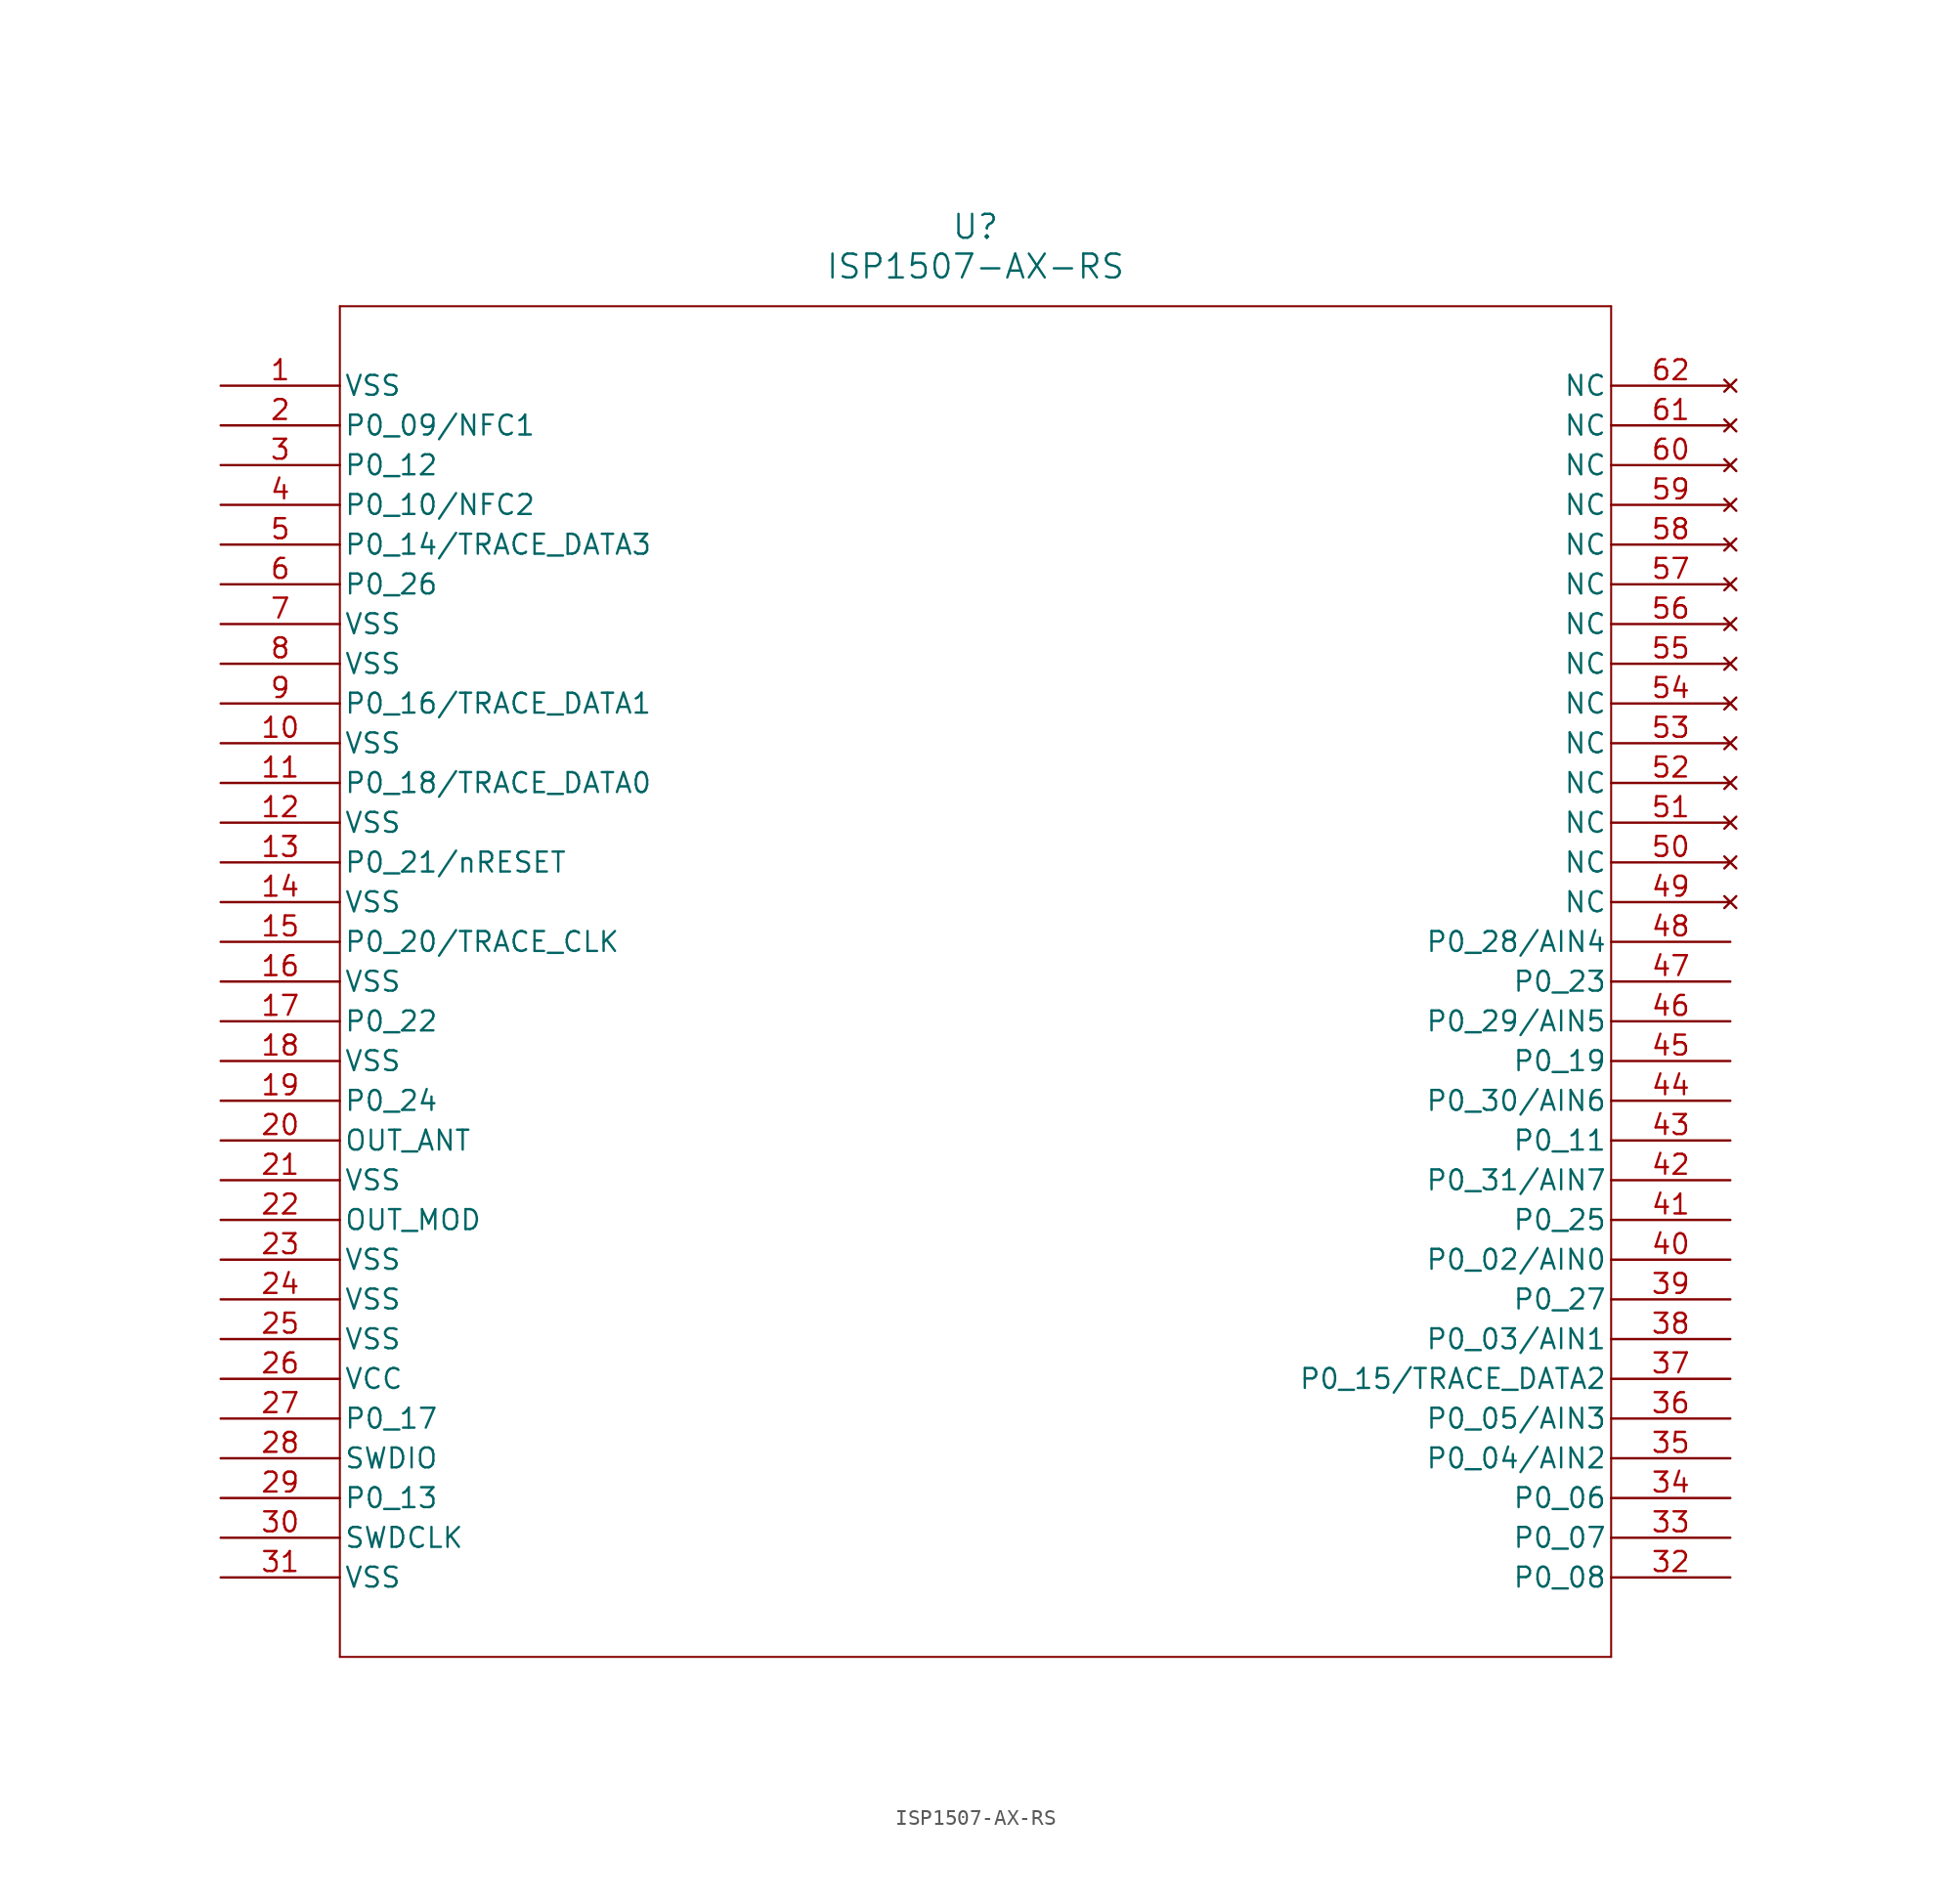
<source format=kicad_sym>
(kicad_symbol_lib
  (version 20211014)
  (generator kicad_symbol_editor)
  (symbol "ISP1507-AX-RS"
    (pin_names
      (offset 0.254))
    (property "Reference" "U"
      (at 48.26 10.16 0)
      (effects (font (size 1.524 1.524))))
    (property "Value" "ISP1507-AX-RS"
      (at 48.26 7.62 0)
      (effects (font (size 1.524 1.524))))
    (symbol "ISP1507-AX-RS_0_1"
      (polyline (pts (xy 7.62 5.08) (xy 7.62 -81.28)) (stroke (width 0.127) (type default) (color 0 0 0 0)) (fill (type none)))
      (polyline (pts (xy 7.62 -81.28) (xy 88.9 -81.28)) (stroke (width 0.127) (type default) (color 0 0 0 0)) (fill (type none)))
      (polyline (pts (xy 88.9 -81.28) (xy 88.9 5.08)) (stroke (width 0.127) (type default) (color 0 0 0 0)) (fill (type none)))
      (polyline (pts (xy 88.9 5.08) (xy 7.62 5.08)) (stroke (width 0.127) (type default) (color 0 0 0 0)) (fill (type none)))
      (pin power_out line (at 0 0 0) (length 7.62) (name "VSS" (effects (font (size 1.27 1.27)))) (number "1" (effects (font (size 1.27 1.27)))))
      (pin bidirectional line (at 0 -2.54 0) (length 7.62) (name "P0_09/NFC1" (effects (font (size 1.27 1.27)))) (number "2" (effects (font (size 1.27 1.27)))))
      (pin bidirectional line (at 0 -5.08 0) (length 7.62) (name "P0_12" (effects (font (size 1.27 1.27)))) (number "3" (effects (font (size 1.27 1.27)))))
      (pin bidirectional line (at 0 -7.62 0) (length 7.62) (name "P0_10/NFC2" (effects (font (size 1.27 1.27)))) (number "4" (effects (font (size 1.27 1.27)))))
      (pin bidirectional line (at 0 -10.16 0) (length 7.62) (name "P0_14/TRACE_DATA3" (effects (font (size 1.27 1.27)))) (number "5" (effects (font (size 1.27 1.27)))))
      (pin bidirectional line (at 0 -12.7 0) (length 7.62) (name "P0_26" (effects (font (size 1.27 1.27)))) (number "6" (effects (font (size 1.27 1.27)))))
      (pin power_out line (at 0 -15.24 0) (length 7.62) (name "VSS" (effects (font (size 1.27 1.27)))) (number "7" (effects (font (size 1.27 1.27)))))
      (pin power_out line (at 0 -17.78 0) (length 7.62) (name "VSS" (effects (font (size 1.27 1.27)))) (number "8" (effects (font (size 1.27 1.27)))))
      (pin bidirectional line (at 0 -20.32 0) (length 7.62) (name "P0_16/TRACE_DATA1" (effects (font (size 1.27 1.27)))) (number "9" (effects (font (size 1.27 1.27)))))
      (pin power_out line (at 0 -22.86 0) (length 7.62) (name "VSS" (effects (font (size 1.27 1.27)))) (number "10" (effects (font (size 1.27 1.27)))))
      (pin bidirectional line (at 0 -25.4 0) (length 7.62) (name "P0_18/TRACE_DATA0" (effects (font (size 1.27 1.27)))) (number "11" (effects (font (size 1.27 1.27)))))
      (pin power_out line (at 0 -27.94 0) (length 7.62) (name "VSS" (effects (font (size 1.27 1.27)))) (number "12" (effects (font (size 1.27 1.27)))))
      (pin bidirectional line (at 0 -30.48 0) (length 7.62) (name "P0_21/nRESET" (effects (font (size 1.27 1.27)))) (number "13" (effects (font (size 1.27 1.27)))))
      (pin power_out line (at 0 -33.02 0) (length 7.62) (name "VSS" (effects (font (size 1.27 1.27)))) (number "14" (effects (font (size 1.27 1.27)))))
      (pin bidirectional line (at 0 -35.56 0) (length 7.62) (name "P0_20/TRACE_CLK" (effects (font (size 1.27 1.27)))) (number "15" (effects (font (size 1.27 1.27)))))
      (pin power_out line (at 0 -38.1 0) (length 7.62) (name "VSS" (effects (font (size 1.27 1.27)))) (number "16" (effects (font (size 1.27 1.27)))))
      (pin bidirectional line (at 0 -40.64 0) (length 7.62) (name "P0_22" (effects (font (size 1.27 1.27)))) (number "17" (effects (font (size 1.27 1.27)))))
      (pin power_out line (at 0 -43.18 0) (length 7.62) (name "VSS" (effects (font (size 1.27 1.27)))) (number "18" (effects (font (size 1.27 1.27)))))
      (pin bidirectional line (at 0 -45.72 0) (length 7.62) (name "P0_24" (effects (font (size 1.27 1.27)))) (number "19" (effects (font (size 1.27 1.27)))))
      (pin output line (at 0 -48.26 0) (length 7.62) (name "OUT_ANT" (effects (font (size 1.27 1.27)))) (number "20" (effects (font (size 1.27 1.27)))))
      (pin power_out line (at 0 -50.8 0) (length 7.62) (name "VSS" (effects (font (size 1.27 1.27)))) (number "21" (effects (font (size 1.27 1.27)))))
      (pin output line (at 0 -53.34 0) (length 7.62) (name "OUT_MOD" (effects (font (size 1.27 1.27)))) (number "22" (effects (font (size 1.27 1.27)))))
      (pin power_out line (at 0 -55.88 0) (length 7.62) (name "VSS" (effects (font (size 1.27 1.27)))) (number "23" (effects (font (size 1.27 1.27)))))
      (pin power_out line (at 0 -58.42 0) (length 7.62) (name "VSS" (effects (font (size 1.27 1.27)))) (number "24" (effects (font (size 1.27 1.27)))))
      (pin power_out line (at 0 -60.96 0) (length 7.62) (name "VSS" (effects (font (size 1.27 1.27)))) (number "25" (effects (font (size 1.27 1.27)))))
      (pin power_in line (at 0 -63.5 0) (length 7.62) (name "VCC" (effects (font (size 1.27 1.27)))) (number "26" (effects (font (size 1.27 1.27)))))
      (pin bidirectional line (at 0 -66.04 0) (length 7.62) (name "P0_17" (effects (font (size 1.27 1.27)))) (number "27" (effects (font (size 1.27 1.27)))))
      (pin bidirectional line (at 0 -68.58 0) (length 7.62) (name "SWDIO" (effects (font (size 1.27 1.27)))) (number "28" (effects (font (size 1.27 1.27)))))
      (pin bidirectional line (at 0 -71.12 0) (length 7.62) (name "P0_13" (effects (font (size 1.27 1.27)))) (number "29" (effects (font (size 1.27 1.27)))))
      (pin bidirectional line (at 0 -73.66 0) (length 7.62) (name "SWDCLK" (effects (font (size 1.27 1.27)))) (number "30" (effects (font (size 1.27 1.27)))))
      (pin power_out line (at 0 -76.2 0) (length 7.62) (name "VSS" (effects (font (size 1.27 1.27)))) (number "31" (effects (font (size 1.27 1.27)))))
      (pin bidirectional line (at 96.52 -76.2 180) (length 7.62) (name "P0_08" (effects (font (size 1.27 1.27)))) (number "32" (effects (font (size 1.27 1.27)))))
      (pin bidirectional line (at 96.52 -73.66 180) (length 7.62) (name "P0_07" (effects (font (size 1.27 1.27)))) (number "33" (effects (font (size 1.27 1.27)))))
      (pin bidirectional line (at 96.52 -71.12 180) (length 7.62) (name "P0_06" (effects (font (size 1.27 1.27)))) (number "34" (effects (font (size 1.27 1.27)))))
      (pin input line (at 96.52 -68.58 180) (length 7.62) (name "P0_04/AIN2" (effects (font (size 1.27 1.27)))) (number "35" (effects (font (size 1.27 1.27)))))
      (pin input line (at 96.52 -66.04 180) (length 7.62) (name "P0_05/AIN3" (effects (font (size 1.27 1.27)))) (number "36" (effects (font (size 1.27 1.27)))))
      (pin bidirectional line (at 96.52 -63.5 180) (length 7.62) (name "P0_15/TRACE_DATA2" (effects (font (size 1.27 1.27)))) (number "37" (effects (font (size 1.27 1.27)))))
      (pin input line (at 96.52 -60.96 180) (length 7.62) (name "P0_03/AIN1" (effects (font (size 1.27 1.27)))) (number "38" (effects (font (size 1.27 1.27)))))
      (pin bidirectional line (at 96.52 -58.42 180) (length 7.62) (name "P0_27" (effects (font (size 1.27 1.27)))) (number "39" (effects (font (size 1.27 1.27)))))
      (pin bidirectional line (at 96.52 -55.88 180) (length 7.62) (name "P0_02/AIN0" (effects (font (size 1.27 1.27)))) (number "40" (effects (font (size 1.27 1.27)))))
      (pin bidirectional line (at 96.52 -53.34 180) (length 7.62) (name "P0_25" (effects (font (size 1.27 1.27)))) (number "41" (effects (font (size 1.27 1.27)))))
      (pin bidirectional line (at 96.52 -50.8 180) (length 7.62) (name "P0_31/AIN7" (effects (font (size 1.27 1.27)))) (number "42" (effects (font (size 1.27 1.27)))))
      (pin bidirectional line (at 96.52 -48.26 180) (length 7.62) (name "P0_11" (effects (font (size 1.27 1.27)))) (number "43" (effects (font (size 1.27 1.27)))))
      (pin bidirectional line (at 96.52 -45.72 180) (length 7.62) (name "P0_30/AIN6" (effects (font (size 1.27 1.27)))) (number "44" (effects (font (size 1.27 1.27)))))
      (pin bidirectional line (at 96.52 -43.18 180) (length 7.62) (name "P0_19" (effects (font (size 1.27 1.27)))) (number "45" (effects (font (size 1.27 1.27)))))
      (pin bidirectional line (at 96.52 -40.64 180) (length 7.62) (name "P0_29/AIN5" (effects (font (size 1.27 1.27)))) (number "46" (effects (font (size 1.27 1.27)))))
      (pin bidirectional line (at 96.52 -38.1 180) (length 7.62) (name "P0_23" (effects (font (size 1.27 1.27)))) (number "47" (effects (font (size 1.27 1.27)))))
      (pin bidirectional line (at 96.52 -35.56 180) (length 7.62) (name "P0_28/AIN4" (effects (font (size 1.27 1.27)))) (number "48" (effects (font (size 1.27 1.27)))))
      (pin no_connect line (at 96.52 -33.02 180) (length 7.62) (name "NC" (effects (font (size 1.27 1.27)))) (number "49" (effects (font (size 1.27 1.27)))))
      (pin no_connect line (at 96.52 -30.48 180) (length 7.62) (name "NC" (effects (font (size 1.27 1.27)))) (number "50" (effects (font (size 1.27 1.27)))))
      (pin no_connect line (at 96.52 -27.94 180) (length 7.62) (name "NC" (effects (font (size 1.27 1.27)))) (number "51" (effects (font (size 1.27 1.27)))))
      (pin no_connect line (at 96.52 -25.4 180) (length 7.62) (name "NC" (effects (font (size 1.27 1.27)))) (number "52" (effects (font (size 1.27 1.27)))))
      (pin no_connect line (at 96.52 -22.86 180) (length 7.62) (name "NC" (effects (font (size 1.27 1.27)))) (number "53" (effects (font (size 1.27 1.27)))))
      (pin no_connect line (at 96.52 -20.32 180) (length 7.62) (name "NC" (effects (font (size 1.27 1.27)))) (number "54" (effects (font (size 1.27 1.27)))))
      (pin no_connect line (at 96.52 -17.78 180) (length 7.62) (name "NC" (effects (font (size 1.27 1.27)))) (number "55" (effects (font (size 1.27 1.27)))))
      (pin no_connect line (at 96.52 -15.24 180) (length 7.62) (name "NC" (effects (font (size 1.27 1.27)))) (number "56" (effects (font (size 1.27 1.27)))))
      (pin no_connect line (at 96.52 -12.7 180) (length 7.62) (name "NC" (effects (font (size 1.27 1.27)))) (number "57" (effects (font (size 1.27 1.27)))))
      (pin no_connect line (at 96.52 -10.16 180) (length 7.62) (name "NC" (effects (font (size 1.27 1.27)))) (number "58" (effects (font (size 1.27 1.27)))))
      (pin no_connect line (at 96.52 -7.62 180) (length 7.62) (name "NC" (effects (font (size 1.27 1.27)))) (number "59" (effects (font (size 1.27 1.27)))))
      (pin no_connect line (at 96.52 -5.08 180) (length 7.62) (name "NC" (effects (font (size 1.27 1.27)))) (number "60" (effects (font (size 1.27 1.27)))))
      (pin no_connect line (at 96.52 -2.54 180) (length 7.62) (name "NC" (effects (font (size 1.27 1.27)))) (number "61" (effects (font (size 1.27 1.27)))))
      (pin no_connect line (at 96.52 0 180) (length 7.62) (name "NC" (effects (font (size 1.27 1.27)))) (number "62" (effects (font (size 1.27 1.27))))))))
</source>
